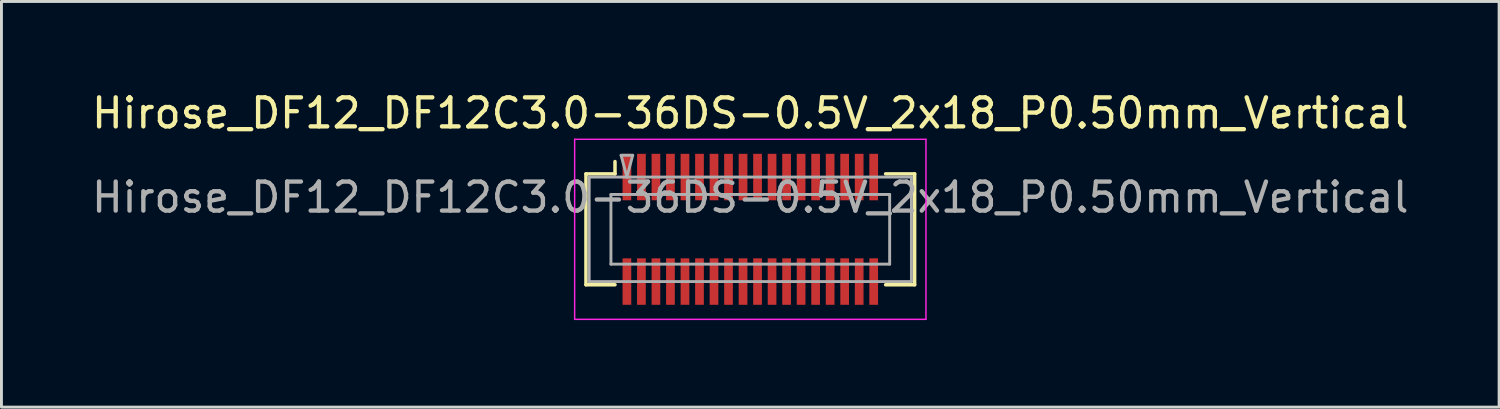
<source format=kicad_pcb>
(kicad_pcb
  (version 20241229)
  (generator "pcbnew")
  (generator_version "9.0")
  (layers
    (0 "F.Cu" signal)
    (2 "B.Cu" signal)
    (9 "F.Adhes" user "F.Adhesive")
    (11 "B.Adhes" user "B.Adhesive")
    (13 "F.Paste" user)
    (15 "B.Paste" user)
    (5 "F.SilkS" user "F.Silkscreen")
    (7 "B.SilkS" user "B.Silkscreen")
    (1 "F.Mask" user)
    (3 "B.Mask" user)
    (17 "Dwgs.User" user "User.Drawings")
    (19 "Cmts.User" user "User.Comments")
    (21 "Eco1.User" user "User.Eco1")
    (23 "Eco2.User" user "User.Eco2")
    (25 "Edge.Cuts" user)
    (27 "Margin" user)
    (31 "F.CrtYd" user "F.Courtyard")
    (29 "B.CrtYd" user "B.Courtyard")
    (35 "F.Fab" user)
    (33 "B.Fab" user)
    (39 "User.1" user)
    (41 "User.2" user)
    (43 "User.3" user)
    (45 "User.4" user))
  (footprint "Hirose_DF12_DF12C3.0-36DS-0.5V_2x18_P0.50mm_Vertical"
    (layer "F.Cu")
    (at 22.792 4.848)
    (property "Reference" "Hirose_DF12_DF12C3.0-36DS-0.5V_2x18_P0.50mm_Vertical" (at 0 -4 0) (layer "F.SilkS") (effects (font (size 1 1) (thickness 0.15))))
    (attr smd)
    (fp_line (start -5.66 -1.91) (end -4.66 -1.91) (stroke (width 0.12) (type solid)) (layer "F.SilkS"))
    (fp_line (start -5.66 1.91) (end -5.66 -1.91) (stroke (width 0.12) (type solid)) (layer "F.SilkS"))
    (fp_line (start -4.66 -1.91) (end -4.66 -2.333) (stroke (width 0.12) (type solid)) (layer "F.SilkS"))
    (fp_line (start -4.66 1.91) (end -5.66 1.91) (stroke (width 0.12) (type solid)) (layer "F.SilkS"))
    (fp_line (start 4.66 1.91) (end 5.66 1.91) (stroke (width 0.12) (type solid)) (layer "F.SilkS"))
    (fp_line (start 5.66 -1.91) (end 4.66 -1.91) (stroke (width 0.12) (type solid)) (layer "F.SilkS"))
    (fp_line (start 5.66 1.91) (end 5.66 -1.91) (stroke (width 0.12) (type solid)) (layer "F.SilkS"))
    (fp_line (start -6.05 -3.1) (end -6.05 3.1) (stroke (width 0.05) (type solid)) (layer "F.CrtYd"))
    (fp_line (start -6.05 3.1) (end 6.05 3.1) (stroke (width 0.05) (type solid)) (layer "F.CrtYd"))
    (fp_line (start 6.05 -3.1) (end -6.05 -3.1) (stroke (width 0.05) (type solid)) (layer "F.CrtYd"))
    (fp_line (start 6.05 3.1) (end 6.05 -3.1) (stroke (width 0.05) (type solid)) (layer "F.CrtYd"))
    (fp_line (start -5.55 -1.8) (end 5.55 -1.8) (stroke (width 0.1) (type solid)) (layer "F.Fab"))
    (fp_line (start -5.55 1.8) (end -5.55 -1.8) (stroke (width 0.1) (type solid)) (layer "F.Fab"))
    (fp_line (start -4.8 -1.2) (end 4.8 -1.2) (stroke (width 0.1) (type solid)) (layer "F.Fab"))
    (fp_line (start -4.8 1.2) (end -4.8 -1.2) (stroke (width 0.1) (type solid)) (layer "F.Fab"))
    (fp_line (start -4.45 -2.55) (end -4.25 -1.8) (stroke (width 0.1) (type solid)) (layer "F.Fab"))
    (fp_line (start -4.25 -1.8) (end -4.05 -2.55) (stroke (width 0.1) (type solid)) (layer "F.Fab"))
    (fp_line (start -4.05 -2.55) (end -4.45 -2.55) (stroke (width 0.1) (type solid)) (layer "F.Fab"))
    (fp_line (start 4.8 -1.2) (end 4.8 1.2) (stroke (width 0.1) (type solid)) (layer "F.Fab"))
    (fp_line (start 4.8 1.2) (end -4.8 1.2) (stroke (width 0.1) (type solid)) (layer "F.Fab"))
    (fp_line (start 5.55 -1.8) (end 5.55 1.8) (stroke (width 0.1) (type solid)) (layer "F.Fab"))
    (fp_line (start 5.55 1.8) (end -5.55 1.8) (stroke (width 0.1) (type solid)) (layer "F.Fab"))
    (fp_text user "${REFERENCE}" (at 0 -1.1 0) (layer "F.Fab") (effects (font (size 1 1) (thickness 0.15))))
    (pad "" smd rect (at -4.25 -2) (size 0.28 1.2) (layers "F.Paste"))
    (pad "" smd rect (at -4.25 2) (size 0.28 1.2) (layers "F.Paste"))
    (pad "" smd rect (at -3.75 -2) (size 0.28 1.2) (layers "F.Paste"))
    (pad "" smd rect (at -3.75 2) (size 0.28 1.2) (layers "F.Paste"))
    (pad "" smd rect (at -3.25 -2) (size 0.28 1.2) (layers "F.Paste"))
    (pad "" smd rect (at -3.25 2) (size 0.28 1.2) (layers "F.Paste"))
    (pad "" smd rect (at -2.75 -2) (size 0.28 1.2) (layers "F.Paste"))
    (pad "" smd rect (at -2.75 2) (size 0.28 1.2) (layers "F.Paste"))
    (pad "" smd rect (at -2.25 -2) (size 0.28 1.2) (layers "F.Paste"))
    (pad "" smd rect (at -2.25 2) (size 0.28 1.2) (layers "F.Paste"))
    (pad "" smd rect (at -1.75 -2) (size 0.28 1.2) (layers "F.Paste"))
    (pad "" smd rect (at -1.75 2) (size 0.28 1.2) (layers "F.Paste"))
    (pad "" smd rect (at -1.25 -2) (size 0.28 1.2) (layers "F.Paste"))
    (pad "" smd rect (at -1.25 2) (size 0.28 1.2) (layers "F.Paste"))
    (pad "" smd rect (at -0.75 -2) (size 0.28 1.2) (layers "F.Paste"))
    (pad "" smd rect (at -0.75 2) (size 0.28 1.2) (layers "F.Paste"))
    (pad "" smd rect (at -0.25 -2) (size 0.28 1.2) (layers "F.Paste"))
    (pad "" smd rect (at -0.25 2) (size 0.28 1.2) (layers "F.Paste"))
    (pad "" smd rect (at 0.25 -2) (size 0.28 1.2) (layers "F.Paste"))
    (pad "" smd rect (at 0.25 2) (size 0.28 1.2) (layers "F.Paste"))
    (pad "" smd rect (at 0.75 -2) (size 0.28 1.2) (layers "F.Paste"))
    (pad "" smd rect (at 0.75 2) (size 0.28 1.2) (layers "F.Paste"))
    (pad "" smd rect (at 1.25 -2) (size 0.28 1.2) (layers "F.Paste"))
    (pad "" smd rect (at 1.25 2) (size 0.28 1.2) (layers "F.Paste"))
    (pad "" smd rect (at 1.75 -2) (size 0.28 1.2) (layers "F.Paste"))
    (pad "" smd rect (at 1.75 2) (size 0.28 1.2) (layers "F.Paste"))
    (pad "" smd rect (at 2.25 -2) (size 0.28 1.2) (layers "F.Paste"))
    (pad "" smd rect (at 2.25 2) (size 0.28 1.2) (layers "F.Paste"))
    (pad "" smd rect (at 2.75 -2) (size 0.28 1.2) (layers "F.Paste"))
    (pad "" smd rect (at 2.75 2) (size 0.28 1.2) (layers "F.Paste"))
    (pad "" smd rect (at 3.25 -2) (size 0.28 1.2) (layers "F.Paste"))
    (pad "" smd rect (at 3.25 2) (size 0.28 1.2) (layers "F.Paste"))
    (pad "" smd rect (at 3.75 -2) (size 0.28 1.2) (layers "F.Paste"))
    (pad "" smd rect (at 3.75 2) (size 0.28 1.2) (layers "F.Paste"))
    (pad "" smd rect (at 4.25 -2) (size 0.28 1.2) (layers "F.Paste"))
    (pad "" smd rect (at 4.25 2) (size 0.28 1.2) (layers "F.Paste"))
    (pad "1" smd rect (at -4.25 -1.8) (size 0.3 1.6) (layers "F.Cu" "F.Mask"))
    (pad "2" smd rect (at -3.75 -1.8) (size 0.3 1.6) (layers "F.Cu" "F.Mask"))
    (pad "3" smd rect (at -3.25 -1.8) (size 0.3 1.6) (layers "F.Cu" "F.Mask"))
    (pad "4" smd rect (at -2.75 -1.8) (size 0.3 1.6) (layers "F.Cu" "F.Mask"))
    (pad "5" smd rect (at -2.25 -1.8) (size 0.3 1.6) (layers "F.Cu" "F.Mask"))
    (pad "6" smd rect (at -1.75 -1.8) (size 0.3 1.6) (layers "F.Cu" "F.Mask"))
    (pad "7" smd rect (at -1.25 -1.8) (size 0.3 1.6) (layers "F.Cu" "F.Mask"))
    (pad "8" smd rect (at -0.75 -1.8) (size 0.3 1.6) (layers "F.Cu" "F.Mask"))
    (pad "9" smd rect (at -0.25 -1.8) (size 0.3 1.6) (layers "F.Cu" "F.Mask"))
    (pad "10" smd rect (at 0.25 -1.8) (size 0.3 1.6) (layers "F.Cu" "F.Mask"))
    (pad "11" smd rect (at 0.75 -1.8) (size 0.3 1.6) (layers "F.Cu" "F.Mask"))
    (pad "12" smd rect (at 1.25 -1.8) (size 0.3 1.6) (layers "F.Cu" "F.Mask"))
    (pad "13" smd rect (at 1.75 -1.8) (size 0.3 1.6) (layers "F.Cu" "F.Mask"))
    (pad "14" smd rect (at 2.25 -1.8) (size 0.3 1.6) (layers "F.Cu" "F.Mask"))
    (pad "15" smd rect (at 2.75 -1.8) (size 0.3 1.6) (layers "F.Cu" "F.Mask"))
    (pad "16" smd rect (at 3.25 -1.8) (size 0.3 1.6) (layers "F.Cu" "F.Mask"))
    (pad "17" smd rect (at 3.75 -1.8) (size 0.3 1.6) (layers "F.Cu" "F.Mask"))
    (pad "18" smd rect (at 4.25 -1.8) (size 0.3 1.6) (layers "F.Cu" "F.Mask"))
    (pad "19" smd rect (at -4.25 1.8) (size 0.3 1.6) (layers "F.Cu" "F.Mask"))
    (pad "20" smd rect (at -3.75 1.8) (size 0.3 1.6) (layers "F.Cu" "F.Mask"))
    (pad "21" smd rect (at -3.25 1.8) (size 0.3 1.6) (layers "F.Cu" "F.Mask"))
    (pad "22" smd rect (at -2.75 1.8) (size 0.3 1.6) (layers "F.Cu" "F.Mask"))
    (pad "23" smd rect (at -2.25 1.8) (size 0.3 1.6) (layers "F.Cu" "F.Mask"))
    (pad "24" smd rect (at -1.75 1.8) (size 0.3 1.6) (layers "F.Cu" "F.Mask"))
    (pad "25" smd rect (at -1.25 1.8) (size 0.3 1.6) (layers "F.Cu" "F.Mask"))
    (pad "26" smd rect (at -0.75 1.8) (size 0.3 1.6) (layers "F.Cu" "F.Mask"))
    (pad "27" smd rect (at -0.25 1.8) (size 0.3 1.6) (layers "F.Cu" "F.Mask"))
    (pad "28" smd rect (at 0.25 1.8) (size 0.3 1.6) (layers "F.Cu" "F.Mask"))
    (pad "29" smd rect (at 0.75 1.8) (size 0.3 1.6) (layers "F.Cu" "F.Mask"))
    (pad "30" smd rect (at 1.25 1.8) (size 0.3 1.6) (layers "F.Cu" "F.Mask"))
    (pad "31" smd rect (at 1.75 1.8) (size 0.3 1.6) (layers "F.Cu" "F.Mask"))
    (pad "32" smd rect (at 2.25 1.8) (size 0.3 1.6) (layers "F.Cu" "F.Mask"))
    (pad "33" smd rect (at 2.75 1.8) (size 0.3 1.6) (layers "F.Cu" "F.Mask"))
    (pad "34" smd rect (at 3.25 1.8) (size 0.3 1.6) (layers "F.Cu" "F.Mask"))
    (pad "35" smd rect (at 3.75 1.8) (size 0.3 1.6) (layers "F.Cu" "F.Mask"))
    (pad "36" smd rect (at 4.25 1.8) (size 0.3 1.6) (layers "F.Cu" "F.Mask")))
  (gr_rect
    (start -3 -3)
    (end 48.583 10.973)
    (stroke (width 0.1) (type default))
    (fill no)
    (layer "Edge.Cuts")))
</source>
